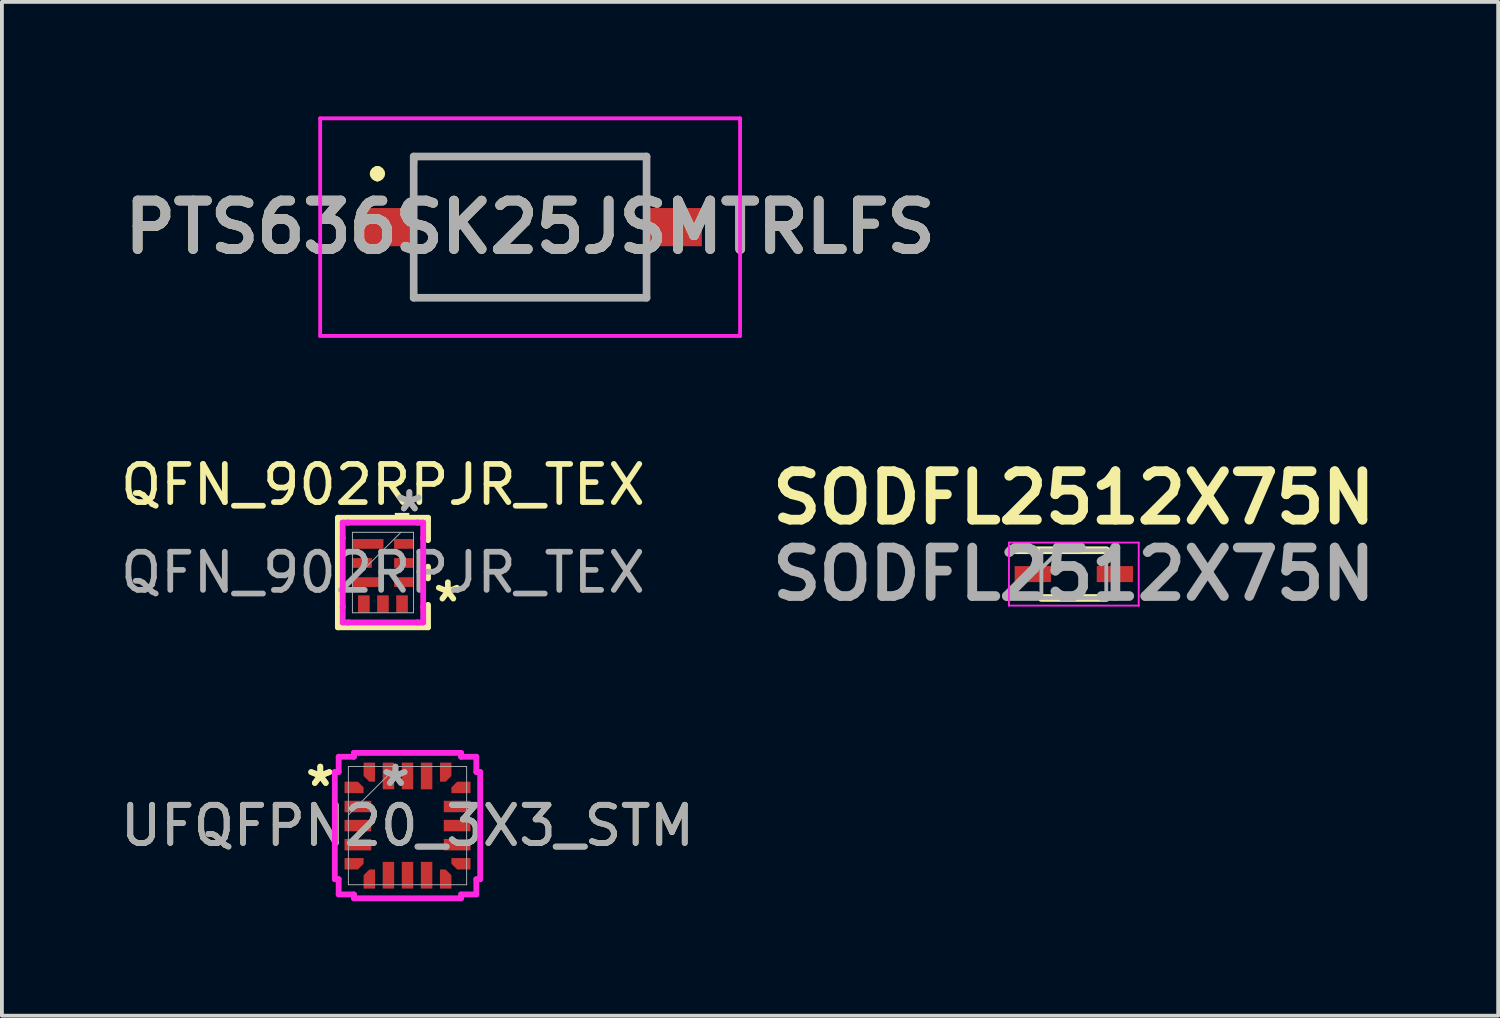
<source format=kicad_pcb>
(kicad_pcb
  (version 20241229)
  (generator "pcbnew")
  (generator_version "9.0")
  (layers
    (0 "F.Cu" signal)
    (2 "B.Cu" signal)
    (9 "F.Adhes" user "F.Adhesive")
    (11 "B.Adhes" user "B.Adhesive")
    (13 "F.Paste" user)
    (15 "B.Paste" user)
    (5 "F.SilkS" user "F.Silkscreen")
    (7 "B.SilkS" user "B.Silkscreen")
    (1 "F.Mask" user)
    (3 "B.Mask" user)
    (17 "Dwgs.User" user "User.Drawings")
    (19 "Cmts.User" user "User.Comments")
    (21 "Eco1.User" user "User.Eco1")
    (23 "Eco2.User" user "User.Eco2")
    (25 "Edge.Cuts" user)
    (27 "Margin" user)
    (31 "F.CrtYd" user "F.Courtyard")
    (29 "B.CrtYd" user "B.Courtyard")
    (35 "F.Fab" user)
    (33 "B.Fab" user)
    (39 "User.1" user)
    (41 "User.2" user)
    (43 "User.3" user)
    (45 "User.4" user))
  (footprint "PTS636SK25JSMTRLFS"
    (layer "F.Cu")
    (at 10.837 2.9)
    (property "Reference" "PTS636SK25JSMTRLFS" (at 0 0 0) (layer "F.SilkS") (effects (font (size 1.27 1.27) (thickness 0.254))))
    (attr smd)
    (fp_line (start -4 -1.5) (end -4 -1.5) (stroke (width 0.2) (type solid)) (layer "F.SilkS"))
    (fp_line (start -4 -1.3) (end -4 -1.3) (stroke (width 0.2) (type solid)) (layer "F.SilkS"))
    (fp_line (start -3.05 -1) (end -3 -1.85) (stroke (width 0.1) (type solid)) (layer "F.SilkS"))
    (fp_line (start -3.05 1) (end -3.05 1.85) (stroke (width 0.1) (type solid)) (layer "F.SilkS"))
    (fp_line (start -3.05 1.85) (end 3.05 1.85) (stroke (width 0.1) (type solid)) (layer "F.SilkS"))
    (fp_line (start -3 -1.85) (end 3.05 -1.85) (stroke (width 0.1) (type solid)) (layer "F.SilkS"))
    (fp_line (start 3.05 -1.85) (end 3.05 -1) (stroke (width 0.1) (type solid)) (layer "F.SilkS"))
    (fp_line (start 3.05 1.85) (end 3.05 1) (stroke (width 0.1) (type solid)) (layer "F.SilkS"))
    (fp_arc (start -4 -1.5) (mid -3.9 -1.4) (end -4 -1.3) (stroke (width 0.2) (type solid)) (layer "F.SilkS"))
    (fp_arc (start -4 -1.3) (mid -4.1 -1.4) (end -4 -1.5) (stroke (width 0.2) (type solid)) (layer "F.SilkS"))
    (fp_line (start -5.5 -2.85) (end 5.5 -2.85) (stroke (width 0.1) (type solid)) (layer "F.CrtYd"))
    (fp_line (start -5.5 2.85) (end -5.5 -2.85) (stroke (width 0.1) (type solid)) (layer "F.CrtYd"))
    (fp_line (start 5.5 -2.85) (end 5.5 2.85) (stroke (width 0.1) (type solid)) (layer "F.CrtYd"))
    (fp_line (start 5.5 2.85) (end -5.5 2.85) (stroke (width 0.1) (type solid)) (layer "F.CrtYd"))
    (fp_line (start -3.05 -1.85) (end 3.05 -1.85) (stroke (width 0.2) (type solid)) (layer "F.Fab"))
    (fp_line (start -3.05 1.85) (end -3.05 -1.85) (stroke (width 0.2) (type solid)) (layer "F.Fab"))
    (fp_line (start 3.05 -1.85) (end 3.05 1.85) (stroke (width 0.2) (type solid)) (layer "F.Fab"))
    (fp_line (start 3.05 1.85) (end -3.05 1.85) (stroke (width 0.2) (type solid)) (layer "F.Fab"))
    (fp_text user "${REFERENCE}" (at 0 0 0) (layer "F.Fab") (effects (font (size 1.27 1.27) (thickness 0.254))))
    (pad "1" smd rect (at -3.775 0 90) (size 1 1.45) (layers "F.Cu" "F.Mask" "F.Paste"))
    (pad "2" smd rect (at 3.775 0 90) (size 1 1.45) (layers "F.Cu" "F.Mask" "F.Paste")))
  (footprint "SODFL2512X75N"
    (layer "F.Cu")
    (at 25.08 11.989)
    (property "Reference" "SODFL2512X75N" (at 0 -2 0) (layer "F.SilkS") (effects (font (size 1.27 1.27) (thickness 0.254))))
    (attr smd)
    (fp_line (start -1.55 -0.625) (end 0.85 -0.625) (stroke (width 0.2) (type solid)) (layer "F.SilkS"))
    (fp_line (start -0.85 0.625) (end 0.85 0.625) (stroke (width 0.2) (type solid)) (layer "F.SilkS"))
    (fp_line (start -1.7 -0.825) (end 1.7 -0.825) (stroke (width 0.05) (type solid)) (layer "F.CrtYd"))
    (fp_line (start -1.7 0.825) (end -1.7 -0.825) (stroke (width 0.05) (type solid)) (layer "F.CrtYd"))
    (fp_line (start 1.7 -0.825) (end 1.7 0.825) (stroke (width 0.05) (type solid)) (layer "F.CrtYd"))
    (fp_line (start 1.7 0.825) (end -1.7 0.825) (stroke (width 0.05) (type solid)) (layer "F.CrtYd"))
    (fp_line (start -0.85 -0.625) (end 0.85 -0.625) (stroke (width 0.1) (type solid)) (layer "F.Fab"))
    (fp_line (start -0.85 -0.15) (end -0.375 -0.625) (stroke (width 0.1) (type solid)) (layer "F.Fab"))
    (fp_line (start -0.85 0.625) (end -0.85 -0.625) (stroke (width 0.1) (type solid)) (layer "F.Fab"))
    (fp_line (start 0.85 -0.625) (end 0.85 0.625) (stroke (width 0.1) (type solid)) (layer "F.Fab"))
    (fp_line (start 0.85 0.625) (end -0.85 0.625) (stroke (width 0.1) (type solid)) (layer "F.Fab"))
    (fp_text user "${REFERENCE}" (at 0 0 0) (layer "F.Fab") (effects (font (size 1.27 1.27) (thickness 0.254))))
    (pad "1" smd rect (at -1.075 0 90) (size 0.42 0.95) (layers "F.Cu" "F.Mask" "F.Paste"))
    (pad "2" smd rect (at 1.075 0 90) (size 0.42 0.95) (layers "F.Cu" "F.Mask" "F.Paste")))
  (footprint "UFQFPN20_3X3_STM"
    (layer "F.Cu")
    (at 7.625 18.577)
    (property "Reference" "UFQFPN20_3X3_STM" (at 0 0 0) (unlocked yes) (layer "F.SilkS") (effects (font (size 1 1) (thickness 0.15))))
    (attr smd)
    (fp_poly (pts (xy -1.65 -1.15) (xy -1.65 -0.85) (xy -1.15 -0.85) (xy -1.15 -1) (xy -1.3 -1.15)) (stroke (width 0) (type solid)) (fill yes) (layer "F.Cu"))
    (fp_poly (pts (xy -1.65 1.15) (xy -1.65 0.85) (xy -1.15 0.85) (xy -1.15 1) (xy -1.3 1.15)) (stroke (width 0) (type solid)) (fill yes) (layer "F.Cu"))
    (fp_poly (pts (xy -1.15 -1.65) (xy -0.85 -1.65) (xy -0.85 -1.15) (xy -1 -1.15) (xy -1.15 -1.3)) (stroke (width 0) (type solid)) (fill yes) (layer "F.Cu"))
    (fp_poly (pts (xy -1.15 1.65) (xy -0.85 1.65) (xy -0.85 1.15) (xy -1 1.15) (xy -1.15 1.3)) (stroke (width 0) (type solid)) (fill yes) (layer "F.Cu"))
    (fp_poly (pts (xy 1.15 -1.65) (xy 0.85 -1.65) (xy 0.85 -1.15) (xy 1 -1.15) (xy 1.15 -1.3)) (stroke (width 0) (type solid)) (fill yes) (layer "F.Cu"))
    (fp_poly (pts (xy 1.15 1.65) (xy 0.85 1.65) (xy 0.85 1.15) (xy 1 1.15) (xy 1.15 1.3)) (stroke (width 0) (type solid)) (fill yes) (layer "F.Cu"))
    (fp_poly (pts (xy 1.65 -1.15) (xy 1.65 -0.85) (xy 1.15 -0.85) (xy 1.15 -1) (xy 1.3 -1.15)) (stroke (width 0) (type solid)) (fill yes) (layer "F.Cu"))
    (fp_poly (pts (xy 1.65 1.15) (xy 1.65 0.85) (xy 1.15 0.85) (xy 1.15 1) (xy 1.3 1.15)) (stroke (width 0) (type solid)) (fill yes) (layer "F.Cu"))
    (fp_line (start -1.904 -1.404) (end -1.803 -1.404) (stroke (width 0.152) (type solid)) (layer "F.CrtYd"))
    (fp_line (start -1.904 1.404) (end -1.904 -1.404) (stroke (width 0.152) (type solid)) (layer "F.CrtYd"))
    (fp_line (start -1.803 -1.803) (end -1.404 -1.803) (stroke (width 0.152) (type solid)) (layer "F.CrtYd"))
    (fp_line (start -1.803 -1.404) (end -1.803 -1.803) (stroke (width 0.152) (type solid)) (layer "F.CrtYd"))
    (fp_line (start -1.803 1.404) (end -1.904 1.404) (stroke (width 0.152) (type solid)) (layer "F.CrtYd"))
    (fp_line (start -1.803 1.803) (end -1.803 1.404) (stroke (width 0.152) (type solid)) (layer "F.CrtYd"))
    (fp_line (start -1.404 -1.904) (end 1.404 -1.904) (stroke (width 0.152) (type solid)) (layer "F.CrtYd"))
    (fp_line (start -1.404 -1.803) (end -1.404 -1.904) (stroke (width 0.152) (type solid)) (layer "F.CrtYd"))
    (fp_line (start -1.404 1.803) (end -1.803 1.803) (stroke (width 0.152) (type solid)) (layer "F.CrtYd"))
    (fp_line (start -1.404 1.904) (end -1.404 1.803) (stroke (width 0.152) (type solid)) (layer "F.CrtYd"))
    (fp_line (start 1.404 -1.904) (end 1.404 -1.803) (stroke (width 0.152) (type solid)) (layer "F.CrtYd"))
    (fp_line (start 1.404 -1.803) (end 1.803 -1.803) (stroke (width 0.152) (type solid)) (layer "F.CrtYd"))
    (fp_line (start 1.404 1.803) (end 1.404 1.904) (stroke (width 0.152) (type solid)) (layer "F.CrtYd"))
    (fp_line (start 1.404 1.904) (end -1.404 1.904) (stroke (width 0.152) (type solid)) (layer "F.CrtYd"))
    (fp_line (start 1.803 -1.803) (end 1.803 -1.404) (stroke (width 0.152) (type solid)) (layer "F.CrtYd"))
    (fp_line (start 1.803 -1.404) (end 1.904 -1.404) (stroke (width 0.152) (type solid)) (layer "F.CrtYd"))
    (fp_line (start 1.803 1.404) (end 1.803 1.803) (stroke (width 0.152) (type solid)) (layer "F.CrtYd"))
    (fp_line (start 1.803 1.803) (end 1.404 1.803) (stroke (width 0.152) (type solid)) (layer "F.CrtYd"))
    (fp_line (start 1.904 -1.404) (end 1.904 1.404) (stroke (width 0.152) (type solid)) (layer "F.CrtYd"))
    (fp_line (start 1.904 1.404) (end 1.803 1.404) (stroke (width 0.152) (type solid)) (layer "F.CrtYd"))
    (fp_line (start -1.549 -1.549) (end -1.549 1.549) (stroke (width 0.025) (type solid)) (layer "F.Fab"))
    (fp_line (start -1.549 -0.279) (end -0.279 -1.549) (stroke (width 0.025) (type solid)) (layer "F.Fab"))
    (fp_line (start -1.549 1.549) (end 1.549 1.549) (stroke (width 0.025) (type solid)) (layer "F.Fab"))
    (fp_line (start 1.549 -1.549) (end -1.549 -1.549) (stroke (width 0.025) (type solid)) (layer "F.Fab"))
    (fp_line (start 1.549 1.549) (end 1.549 -1.549) (stroke (width 0.025) (type solid)) (layer "F.Fab"))
    (fp_text user "*" (at -2.285 -1 0) (unlocked yes) (layer "F.SilkS") (effects (font (size 1 1) (thickness 0.15))))
    (fp_text user "*" (at -2.285 -1 0) (layer "F.SilkS") (effects (font (size 1 1) (thickness 0.15))))
    (fp_text user "${REFERENCE}" (at 0 0 0) (unlocked yes) (layer "F.Fab") (effects (font (size 1 1) (thickness 0.15))))
    (fp_text user "*" (at -0.315 -1 0) (unlocked yes) (layer "F.Fab") (effects (font (size 1 1) (thickness 0.15))))
    (fp_text user "*" (at -0.315 -1 0) (layer "F.Fab") (effects (font (size 1 1) (thickness 0.15))))
    (pad "1" smd rect (at -1.4 -1) (size 0.127 0.127) (layers "F.Cu" "F.Mask" "F.Paste"))
    (pad "2" smd rect (at -1.3 -0.5) (size 0.7 0.3) (layers "F.Cu" "F.Mask" "F.Paste"))
    (pad "3" smd rect (at -1.3 0) (size 0.7 0.3) (layers "F.Cu" "F.Mask" "F.Paste"))
    (pad "4" smd rect (at -1.3 0.5) (size 0.7 0.3) (layers "F.Cu" "F.Mask" "F.Paste"))
    (pad "5" smd rect (at -1.4 1) (size 0.127 0.127) (layers "F.Cu" "F.Mask" "F.Paste"))
    (pad "6" smd rect (at -1 1.4 90) (size 0.127 0.127) (layers "F.Cu" "F.Mask" "F.Paste"))
    (pad "7" smd rect (at -0.5 1.3 90) (size 0.7 0.3) (layers "F.Cu" "F.Mask" "F.Paste"))
    (pad "8" smd rect (at 0 1.3 90) (size 0.7 0.3) (layers "F.Cu" "F.Mask" "F.Paste"))
    (pad "9" smd rect (at 0.5 1.3 90) (size 0.7 0.3) (layers "F.Cu" "F.Mask" "F.Paste"))
    (pad "10" smd rect (at 1 1.4 90) (size 0.127 0.127) (layers "F.Cu" "F.Mask" "F.Paste"))
    (pad "11" smd rect (at 1.4 1) (size 0.127 0.127) (layers "F.Cu" "F.Mask" "F.Paste"))
    (pad "12" smd rect (at 1.3 0.5) (size 0.7 0.3) (layers "F.Cu" "F.Mask" "F.Paste"))
    (pad "13" smd rect (at 1.3 0) (size 0.7 0.3) (layers "F.Cu" "F.Mask" "F.Paste"))
    (pad "14" smd rect (at 1.3 -0.5) (size 0.7 0.3) (layers "F.Cu" "F.Mask" "F.Paste"))
    (pad "15" smd rect (at 1.4 -1) (size 0.127 0.127) (layers "F.Cu" "F.Mask" "F.Paste"))
    (pad "16" smd rect (at 1 -1.4 90) (size 0.127 0.127) (layers "F.Cu" "F.Mask" "F.Paste"))
    (pad "17" smd rect (at 0.5 -1.3 90) (size 0.7 0.3) (layers "F.Cu" "F.Mask" "F.Paste"))
    (pad "18" smd rect (at 0 -1.3 90) (size 0.7 0.3) (layers "F.Cu" "F.Mask" "F.Paste"))
    (pad "19" smd rect (at -0.5 -1.3 90) (size 0.7 0.3) (layers "F.Cu" "F.Mask" "F.Paste"))
    (pad "20" smd rect (at -1 -1.4 90) (size 0.127 0.127) (layers "F.Cu" "F.Mask" "F.Paste")))
  (footprint "QFN_902RPJR_TEX"
    (layer "F.Cu")
    (at 6.982 11.948)
    (property "Reference" "QFN_902RPJR_TEX" (at 0 -2.3 0) (unlocked yes) (layer "F.SilkS") (effects (font (size 1 1) (thickness 0.15))))
    (attr smd)
    (fp_line (start -1.181 -1.435) (end -1.181 1.435) (stroke (width 0.152) (type solid)) (layer "F.SilkS"))
    (fp_line (start -1.181 1.435) (end 1.181 1.435) (stroke (width 0.152) (type solid)) (layer "F.SilkS"))
    (fp_line (start 1.181 -1.435) (end -1.181 -1.435) (stroke (width 0.152) (type solid)) (layer "F.SilkS"))
    (fp_line (start 1.181 -0.847) (end 1.181 -1.435) (stroke (width 0.152) (type solid)) (layer "F.SilkS"))
    (fp_line (start 1.181 0.153) (end 1.181 -0.153) (stroke (width 0.152) (type solid)) (layer "F.SilkS"))
    (fp_line (start 1.181 1.435) (end 1.181 0.847) (stroke (width 0.152) (type solid)) (layer "F.SilkS"))
    (fp_poly (pts (xy 0.31 -1.308) (xy 0.31 -1.562) (xy 0.691 -1.562) (xy 0.691 -1.308)) (stroke (width 0) (type solid)) (fill yes) (layer "F.SilkS"))
    (fp_line (start -1.054 -1.308) (end -0.907 -1.308) (stroke (width 0.152) (type solid)) (layer "F.CrtYd"))
    (fp_line (start -1.054 -0.907) (end -1.054 -1.308) (stroke (width 0.152) (type solid)) (layer "F.CrtYd"))
    (fp_line (start -1.054 -0.907) (end -1.054 -0.907) (stroke (width 0.152) (type solid)) (layer "F.CrtYd"))
    (fp_line (start -1.054 0.907) (end -1.054 -0.907) (stroke (width 0.152) (type solid)) (layer "F.CrtYd"))
    (fp_line (start -1.054 0.907) (end -1.054 0.907) (stroke (width 0.152) (type solid)) (layer "F.CrtYd"))
    (fp_line (start -1.054 1.308) (end -1.054 0.907) (stroke (width 0.152) (type solid)) (layer "F.CrtYd"))
    (fp_line (start -0.907 -1.308) (end -0.907 -1.308) (stroke (width 0.152) (type solid)) (layer "F.CrtYd"))
    (fp_line (start -0.907 -1.308) (end 0.907 -1.308) (stroke (width 0.152) (type solid)) (layer "F.CrtYd"))
    (fp_line (start -0.907 1.308) (end -1.054 1.308) (stroke (width 0.152) (type solid)) (layer "F.CrtYd"))
    (fp_line (start -0.907 1.308) (end -0.907 1.308) (stroke (width 0.152) (type solid)) (layer "F.CrtYd"))
    (fp_line (start 0.907 -1.308) (end 0.907 -1.308) (stroke (width 0.152) (type solid)) (layer "F.CrtYd"))
    (fp_line (start 0.907 -1.308) (end 1.054 -1.308) (stroke (width 0.152) (type solid)) (layer "F.CrtYd"))
    (fp_line (start 0.907 1.308) (end -0.907 1.308) (stroke (width 0.152) (type solid)) (layer "F.CrtYd"))
    (fp_line (start 0.907 1.308) (end 0.907 1.308) (stroke (width 0.152) (type solid)) (layer "F.CrtYd"))
    (fp_line (start 1.054 -1.308) (end 1.054 -0.907) (stroke (width 0.152) (type solid)) (layer "F.CrtYd"))
    (fp_line (start 1.054 -0.907) (end 1.054 -0.907) (stroke (width 0.152) (type solid)) (layer "F.CrtYd"))
    (fp_line (start 1.054 -0.907) (end 1.054 0.907) (stroke (width 0.152) (type solid)) (layer "F.CrtYd"))
    (fp_line (start 1.054 0.907) (end 1.054 0.907) (stroke (width 0.152) (type solid)) (layer "F.CrtYd"))
    (fp_line (start 1.054 0.907) (end 1.054 1.308) (stroke (width 0.152) (type solid)) (layer "F.CrtYd"))
    (fp_line (start 1.054 1.308) (end 0.907 1.308) (stroke (width 0.152) (type solid)) (layer "F.CrtYd"))
    (fp_line (start -0.8 -1.054) (end -0.8 1.054) (stroke (width 0.025) (type solid)) (layer "F.Fab"))
    (fp_line (start -0.8 0.216) (end 0.47 -1.054) (stroke (width 0.025) (type solid)) (layer "F.Fab"))
    (fp_line (start -0.8 1.054) (end 0.8 1.054) (stroke (width 0.025) (type solid)) (layer "F.Fab"))
    (fp_line (start 0.8 -1.054) (end -0.8 -1.054) (stroke (width 0.025) (type solid)) (layer "F.Fab"))
    (fp_line (start 0.8 1.054) (end 0.8 -1.054) (stroke (width 0.025) (type solid)) (layer "F.Fab"))
    (fp_text user "*" (at 1.7 0.8 0) (unlocked yes) (layer "F.SilkS") (effects (font (size 1 1) (thickness 0.15))))
    (fp_text user "${REFERENCE}" (at 0 0 0) (unlocked yes) (layer "F.Fab") (effects (font (size 1 1) (thickness 0.15))))
    (fp_text user "*" (at 0.691 -1.562 0) (unlocked yes) (layer "F.Fab") (effects (font (size 1 1) (thickness 0.15))))
    (fp_text user "*" (at 0.691 -1.562 0) (layer "F.Fab") (effects (font (size 1 1) (thickness 0.15))))
    (pad "1" smd rect (at 0.546 0.25 90) (size 0.254 0.508) (layers "F.Cu" "F.Mask" "F.Paste"))
    (pad "2" smd rect (at 0.546 -0.25 90) (size 0.254 0.508) (layers "F.Cu" "F.Mask" "F.Paste"))
    (pad "3" smd rect (at 0.546 -0.75 90) (size 0.254 0.508) (layers "F.Cu" "F.Mask" "F.Paste"))
    (pad "4" smd rect (at -0.394 -0.75 90) (size 0.254 0.813) (layers "F.Cu" "F.Mask" "F.Paste"))
    (pad "5" smd rect (at -0.546 -0.25 90) (size 0.254 0.508) (layers "F.Cu" "F.Mask" "F.Paste"))
    (pad "6" smd rect (at -0.394 0.25 90) (size 0.254 0.813) (layers "F.Cu" "F.Mask" "F.Paste"))
    (pad "7" smd rect (at -0.5 0.825) (size 0.305 0.457) (layers "F.Cu" "F.Mask" "F.Paste"))
    (pad "8" smd rect (at 0 0.825) (size 0.305 0.457) (layers "F.Cu" "F.Mask" "F.Paste"))
    (pad "9" smd rect (at 0.5 0.825) (size 0.305 0.457) (layers "F.Cu" "F.Mask" "F.Paste")))
  (gr_rect
    (start -3 -3)
    (end 36.196 23.557)
    (stroke (width 0.1) (type default))
    (fill no)
    (layer "Edge.Cuts")))
</source>
